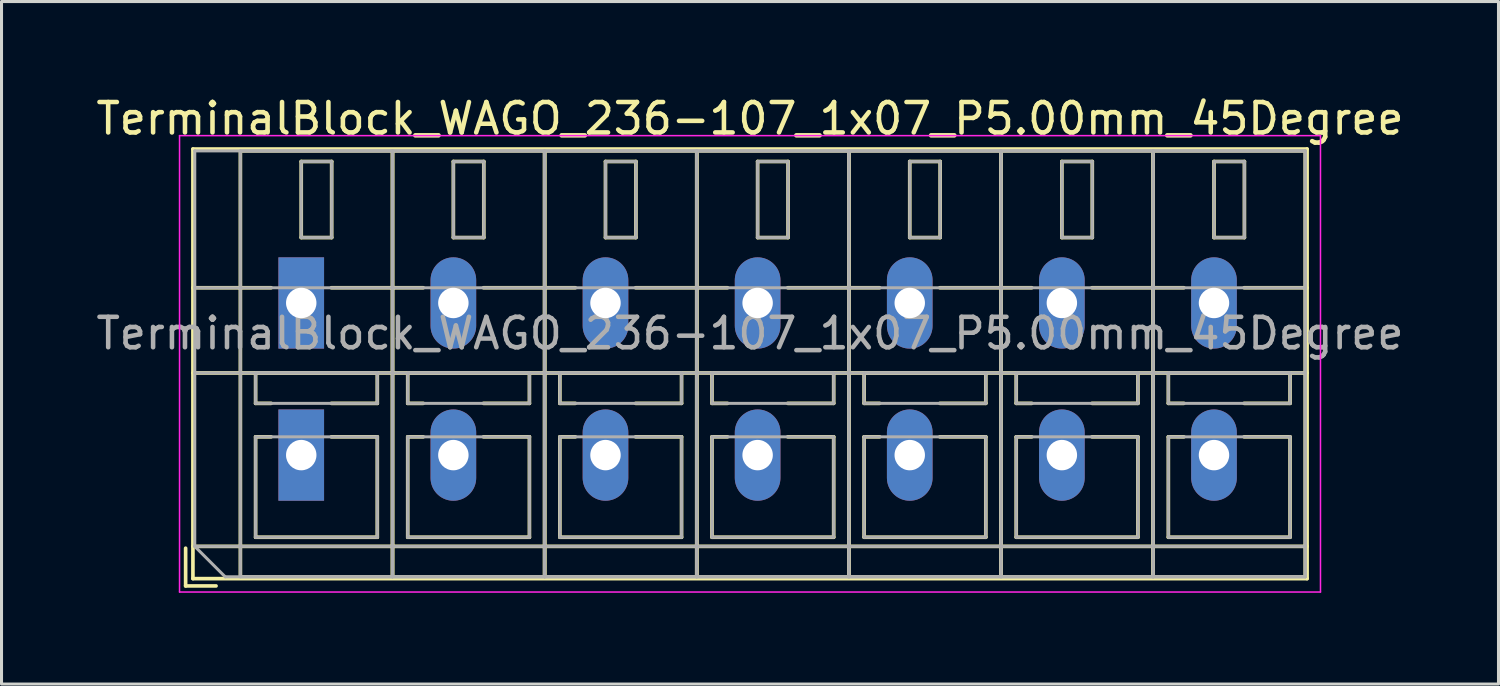
<source format=kicad_pcb>
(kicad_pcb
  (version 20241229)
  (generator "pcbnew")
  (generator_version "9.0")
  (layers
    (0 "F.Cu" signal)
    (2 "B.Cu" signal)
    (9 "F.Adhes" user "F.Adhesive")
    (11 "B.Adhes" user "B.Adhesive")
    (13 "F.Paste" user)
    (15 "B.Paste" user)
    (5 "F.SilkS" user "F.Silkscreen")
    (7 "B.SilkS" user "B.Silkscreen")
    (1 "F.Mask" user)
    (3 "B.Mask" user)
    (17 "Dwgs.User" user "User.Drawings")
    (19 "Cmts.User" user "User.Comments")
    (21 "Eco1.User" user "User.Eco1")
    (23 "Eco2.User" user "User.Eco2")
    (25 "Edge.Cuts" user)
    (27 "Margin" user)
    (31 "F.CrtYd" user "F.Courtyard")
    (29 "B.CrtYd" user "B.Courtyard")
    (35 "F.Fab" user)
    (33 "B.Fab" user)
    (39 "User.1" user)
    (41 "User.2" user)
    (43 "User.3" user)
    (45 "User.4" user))
  (footprint "TerminalBlock_WAGO_236-107_1x07_P5.00mm_45Degree"
    (layer "F.Cu")
    (at 6.851 11.908)
    (property "Reference" "TerminalBlock_WAGO_236-107_1x07_P5.00mm_45Degree" (at 14.75 -11.06 0) (layer "F.SilkS") (effects (font (size 1 1) (thickness 0.15))))
    (attr through_hole)
    (fp_line (start -3.8 3.06) (end -3.8 4.3) (stroke (width 0.12) (type solid)) (layer "F.SilkS"))
    (fp_line (start -3.8 4.3) (end -2.8 4.3) (stroke (width 0.12) (type solid)) (layer "F.SilkS"))
    (fp_line (start -3.56 -10.06) (end -3.56 4.06) (stroke (width 0.12) (type solid)) (layer "F.SilkS"))
    (fp_line (start -3.56 -10.06) (end 33.06 -10.06) (stroke (width 0.12) (type solid)) (layer "F.SilkS"))
    (fp_line (start -3.56 -5.5) (end -0.99 -5.5) (stroke (width 0.12) (type solid)) (layer "F.SilkS"))
    (fp_line (start -3.56 -2.7) (end 33.06 -2.7) (stroke (width 0.12) (type solid)) (layer "F.SilkS"))
    (fp_line (start -3.56 3) (end 33.06 3) (stroke (width 0.12) (type solid)) (layer "F.SilkS"))
    (fp_line (start -3.56 4.06) (end 33.06 4.06) (stroke (width 0.12) (type solid)) (layer "F.SilkS"))
    (fp_line (start -2 -10) (end -2 4) (stroke (width 0.12) (type solid)) (layer "F.SilkS"))
    (fp_line (start -2 -10) (end 3 -10) (stroke (width 0.12) (type solid)) (layer "F.SilkS"))
    (fp_line (start -2 4) (end 3 4) (stroke (width 0.12) (type solid)) (layer "F.SilkS"))
    (fp_line (start -1.5 -2.7) (end -1.5 -1.701) (stroke (width 0.12) (type solid)) (layer "F.SilkS"))
    (fp_line (start -1.5 -2.7) (end 2.5 -2.7) (stroke (width 0.12) (type solid)) (layer "F.SilkS"))
    (fp_line (start -1.5 -1.701) (end -0.99 -1.701) (stroke (width 0.12) (type solid)) (layer "F.SilkS"))
    (fp_line (start -1.5 -0.6) (end -1.5 2.7) (stroke (width 0.12) (type solid)) (layer "F.SilkS"))
    (fp_line (start -1.5 -0.6) (end -0.99 -0.6) (stroke (width 0.12) (type solid)) (layer "F.SilkS"))
    (fp_line (start -1.5 2.7) (end 2.5 2.7) (stroke (width 0.12) (type solid)) (layer "F.SilkS"))
    (fp_line (start 0 -9.65) (end 0 -7.15) (stroke (width 0.12) (type solid)) (layer "F.SilkS"))
    (fp_line (start 0 -9.65) (end 1 -9.65) (stroke (width 0.12) (type solid)) (layer "F.SilkS"))
    (fp_line (start 0 -7.15) (end 1 -7.15) (stroke (width 0.12) (type solid)) (layer "F.SilkS"))
    (fp_line (start 0.99 -5.5) (end 4.01 -5.5) (stroke (width 0.12) (type solid)) (layer "F.SilkS"))
    (fp_line (start 0.99 -1.701) (end 2.5 -1.701) (stroke (width 0.12) (type solid)) (layer "F.SilkS"))
    (fp_line (start 0.99 -0.6) (end 2.5 -0.6) (stroke (width 0.12) (type solid)) (layer "F.SilkS"))
    (fp_line (start 1 -9.65) (end 1 -7.15) (stroke (width 0.12) (type solid)) (layer "F.SilkS"))
    (fp_line (start 2.5 -2.7) (end 2.5 -1.701) (stroke (width 0.12) (type solid)) (layer "F.SilkS"))
    (fp_line (start 2.5 -0.6) (end 2.5 2.7) (stroke (width 0.12) (type solid)) (layer "F.SilkS"))
    (fp_line (start 3 -10) (end 3 4) (stroke (width 0.12) (type solid)) (layer "F.SilkS"))
    (fp_line (start 3 -10) (end 3 4) (stroke (width 0.12) (type solid)) (layer "F.SilkS"))
    (fp_line (start 3 -10) (end 8 -10) (stroke (width 0.12) (type solid)) (layer "F.SilkS"))
    (fp_line (start 3 4) (end 8 4) (stroke (width 0.12) (type solid)) (layer "F.SilkS"))
    (fp_line (start 3.5 -2.7) (end 3.5 -1.701) (stroke (width 0.12) (type solid)) (layer "F.SilkS"))
    (fp_line (start 3.5 -2.7) (end 7.5 -2.7) (stroke (width 0.12) (type solid)) (layer "F.SilkS"))
    (fp_line (start 3.5 -1.701) (end 4.01 -1.701) (stroke (width 0.12) (type solid)) (layer "F.SilkS"))
    (fp_line (start 3.5 -0.6) (end 3.5 2.7) (stroke (width 0.12) (type solid)) (layer "F.SilkS"))
    (fp_line (start 3.5 -0.6) (end 4.01 -0.6) (stroke (width 0.12) (type solid)) (layer "F.SilkS"))
    (fp_line (start 3.5 2.7) (end 7.5 2.7) (stroke (width 0.12) (type solid)) (layer "F.SilkS"))
    (fp_line (start 5 -9.65) (end 5 -7.15) (stroke (width 0.12) (type solid)) (layer "F.SilkS"))
    (fp_line (start 5 -9.65) (end 6 -9.65) (stroke (width 0.12) (type solid)) (layer "F.SilkS"))
    (fp_line (start 5 -7.15) (end 6 -7.15) (stroke (width 0.12) (type solid)) (layer "F.SilkS"))
    (fp_line (start 5.99 -5.5) (end 9.01 -5.5) (stroke (width 0.12) (type solid)) (layer "F.SilkS"))
    (fp_line (start 5.99 -1.701) (end 7.5 -1.701) (stroke (width 0.12) (type solid)) (layer "F.SilkS"))
    (fp_line (start 5.99 -0.6) (end 7.5 -0.6) (stroke (width 0.12) (type solid)) (layer "F.SilkS"))
    (fp_line (start 6 -9.65) (end 6 -7.15) (stroke (width 0.12) (type solid)) (layer "F.SilkS"))
    (fp_line (start 7.5 -2.7) (end 7.5 -1.701) (stroke (width 0.12) (type solid)) (layer "F.SilkS"))
    (fp_line (start 7.5 -0.6) (end 7.5 2.7) (stroke (width 0.12) (type solid)) (layer "F.SilkS"))
    (fp_line (start 8 -10) (end 8 4) (stroke (width 0.12) (type solid)) (layer "F.SilkS"))
    (fp_line (start 8 -10) (end 8 4) (stroke (width 0.12) (type solid)) (layer "F.SilkS"))
    (fp_line (start 8 -10) (end 13 -10) (stroke (width 0.12) (type solid)) (layer "F.SilkS"))
    (fp_line (start 8 4) (end 13 4) (stroke (width 0.12) (type solid)) (layer "F.SilkS"))
    (fp_line (start 8.5 -2.7) (end 8.5 -1.701) (stroke (width 0.12) (type solid)) (layer "F.SilkS"))
    (fp_line (start 8.5 -2.7) (end 12.5 -2.7) (stroke (width 0.12) (type solid)) (layer "F.SilkS"))
    (fp_line (start 8.5 -1.701) (end 9.01 -1.701) (stroke (width 0.12) (type solid)) (layer "F.SilkS"))
    (fp_line (start 8.5 -0.6) (end 8.5 2.7) (stroke (width 0.12) (type solid)) (layer "F.SilkS"))
    (fp_line (start 8.5 -0.6) (end 9.01 -0.6) (stroke (width 0.12) (type solid)) (layer "F.SilkS"))
    (fp_line (start 8.5 2.7) (end 12.5 2.7) (stroke (width 0.12) (type solid)) (layer "F.SilkS"))
    (fp_line (start 10 -9.65) (end 10 -7.15) (stroke (width 0.12) (type solid)) (layer "F.SilkS"))
    (fp_line (start 10 -9.65) (end 11 -9.65) (stroke (width 0.12) (type solid)) (layer "F.SilkS"))
    (fp_line (start 10 -7.15) (end 11 -7.15) (stroke (width 0.12) (type solid)) (layer "F.SilkS"))
    (fp_line (start 10.99 -5.5) (end 14.01 -5.5) (stroke (width 0.12) (type solid)) (layer "F.SilkS"))
    (fp_line (start 10.99 -1.701) (end 12.5 -1.701) (stroke (width 0.12) (type solid)) (layer "F.SilkS"))
    (fp_line (start 10.99 -0.6) (end 12.5 -0.6) (stroke (width 0.12) (type solid)) (layer "F.SilkS"))
    (fp_line (start 11 -9.65) (end 11 -7.15) (stroke (width 0.12) (type solid)) (layer "F.SilkS"))
    (fp_line (start 12.5 -2.7) (end 12.5 -1.701) (stroke (width 0.12) (type solid)) (layer "F.SilkS"))
    (fp_line (start 12.5 -0.6) (end 12.5 2.7) (stroke (width 0.12) (type solid)) (layer "F.SilkS"))
    (fp_line (start 13 -10) (end 13 4) (stroke (width 0.12) (type solid)) (layer "F.SilkS"))
    (fp_line (start 13 -10) (end 13 4) (stroke (width 0.12) (type solid)) (layer "F.SilkS"))
    (fp_line (start 13 -10) (end 18 -10) (stroke (width 0.12) (type solid)) (layer "F.SilkS"))
    (fp_line (start 13 4) (end 18 4) (stroke (width 0.12) (type solid)) (layer "F.SilkS"))
    (fp_line (start 13.5 -2.7) (end 13.5 -1.701) (stroke (width 0.12) (type solid)) (layer "F.SilkS"))
    (fp_line (start 13.5 -2.7) (end 17.5 -2.7) (stroke (width 0.12) (type solid)) (layer "F.SilkS"))
    (fp_line (start 13.5 -1.701) (end 14.01 -1.701) (stroke (width 0.12) (type solid)) (layer "F.SilkS"))
    (fp_line (start 13.5 -0.6) (end 13.5 2.7) (stroke (width 0.12) (type solid)) (layer "F.SilkS"))
    (fp_line (start 13.5 -0.6) (end 14.01 -0.6) (stroke (width 0.12) (type solid)) (layer "F.SilkS"))
    (fp_line (start 13.5 2.7) (end 17.5 2.7) (stroke (width 0.12) (type solid)) (layer "F.SilkS"))
    (fp_line (start 15 -9.65) (end 15 -7.15) (stroke (width 0.12) (type solid)) (layer "F.SilkS"))
    (fp_line (start 15 -9.65) (end 16 -9.65) (stroke (width 0.12) (type solid)) (layer "F.SilkS"))
    (fp_line (start 15 -7.15) (end 16 -7.15) (stroke (width 0.12) (type solid)) (layer "F.SilkS"))
    (fp_line (start 15.99 -5.5) (end 19.01 -5.5) (stroke (width 0.12) (type solid)) (layer "F.SilkS"))
    (fp_line (start 15.99 -1.701) (end 17.5 -1.701) (stroke (width 0.12) (type solid)) (layer "F.SilkS"))
    (fp_line (start 15.99 -0.6) (end 17.5 -0.6) (stroke (width 0.12) (type solid)) (layer "F.SilkS"))
    (fp_line (start 16 -9.65) (end 16 -7.15) (stroke (width 0.12) (type solid)) (layer "F.SilkS"))
    (fp_line (start 17.5 -2.7) (end 17.5 -1.701) (stroke (width 0.12) (type solid)) (layer "F.SilkS"))
    (fp_line (start 17.5 -0.6) (end 17.5 2.7) (stroke (width 0.12) (type solid)) (layer "F.SilkS"))
    (fp_line (start 18 -10) (end 18 4) (stroke (width 0.12) (type solid)) (layer "F.SilkS"))
    (fp_line (start 18 -10) (end 18 4) (stroke (width 0.12) (type solid)) (layer "F.SilkS"))
    (fp_line (start 18 -10) (end 23 -10) (stroke (width 0.12) (type solid)) (layer "F.SilkS"))
    (fp_line (start 18 4) (end 23 4) (stroke (width 0.12) (type solid)) (layer "F.SilkS"))
    (fp_line (start 18.5 -2.7) (end 18.5 -1.701) (stroke (width 0.12) (type solid)) (layer "F.SilkS"))
    (fp_line (start 18.5 -2.7) (end 22.5 -2.7) (stroke (width 0.12) (type solid)) (layer "F.SilkS"))
    (fp_line (start 18.5 -1.701) (end 19.01 -1.701) (stroke (width 0.12) (type solid)) (layer "F.SilkS"))
    (fp_line (start 18.5 -0.6) (end 18.5 2.7) (stroke (width 0.12) (type solid)) (layer "F.SilkS"))
    (fp_line (start 18.5 -0.6) (end 19.01 -0.6) (stroke (width 0.12) (type solid)) (layer "F.SilkS"))
    (fp_line (start 18.5 2.7) (end 22.5 2.7) (stroke (width 0.12) (type solid)) (layer "F.SilkS"))
    (fp_line (start 20 -9.65) (end 20 -7.15) (stroke (width 0.12) (type solid)) (layer "F.SilkS"))
    (fp_line (start 20 -9.65) (end 21 -9.65) (stroke (width 0.12) (type solid)) (layer "F.SilkS"))
    (fp_line (start 20 -7.15) (end 21 -7.15) (stroke (width 0.12) (type solid)) (layer "F.SilkS"))
    (fp_line (start 20.99 -5.5) (end 24.01 -5.5) (stroke (width 0.12) (type solid)) (layer "F.SilkS"))
    (fp_line (start 20.99 -1.701) (end 22.5 -1.701) (stroke (width 0.12) (type solid)) (layer "F.SilkS"))
    (fp_line (start 20.99 -0.6) (end 22.5 -0.6) (stroke (width 0.12) (type solid)) (layer "F.SilkS"))
    (fp_line (start 21 -9.65) (end 21 -7.15) (stroke (width 0.12) (type solid)) (layer "F.SilkS"))
    (fp_line (start 22.5 -2.7) (end 22.5 -1.701) (stroke (width 0.12) (type solid)) (layer "F.SilkS"))
    (fp_line (start 22.5 -0.6) (end 22.5 2.7) (stroke (width 0.12) (type solid)) (layer "F.SilkS"))
    (fp_line (start 23 -10) (end 23 4) (stroke (width 0.12) (type solid)) (layer "F.SilkS"))
    (fp_line (start 23 -10) (end 23 4) (stroke (width 0.12) (type solid)) (layer "F.SilkS"))
    (fp_line (start 23 -10) (end 28 -10) (stroke (width 0.12) (type solid)) (layer "F.SilkS"))
    (fp_line (start 23 4) (end 28 4) (stroke (width 0.12) (type solid)) (layer "F.SilkS"))
    (fp_line (start 23.5 -2.7) (end 23.5 -1.701) (stroke (width 0.12) (type solid)) (layer "F.SilkS"))
    (fp_line (start 23.5 -2.7) (end 27.5 -2.7) (stroke (width 0.12) (type solid)) (layer "F.SilkS"))
    (fp_line (start 23.5 -1.701) (end 24.01 -1.701) (stroke (width 0.12) (type solid)) (layer "F.SilkS"))
    (fp_line (start 23.5 -0.6) (end 23.5 2.7) (stroke (width 0.12) (type solid)) (layer "F.SilkS"))
    (fp_line (start 23.5 -0.6) (end 24.01 -0.6) (stroke (width 0.12) (type solid)) (layer "F.SilkS"))
    (fp_line (start 23.5 2.7) (end 27.5 2.7) (stroke (width 0.12) (type solid)) (layer "F.SilkS"))
    (fp_line (start 25 -9.65) (end 25 -7.15) (stroke (width 0.12) (type solid)) (layer "F.SilkS"))
    (fp_line (start 25 -9.65) (end 26 -9.65) (stroke (width 0.12) (type solid)) (layer "F.SilkS"))
    (fp_line (start 25 -7.15) (end 26 -7.15) (stroke (width 0.12) (type solid)) (layer "F.SilkS"))
    (fp_line (start 25.99 -5.5) (end 29.01 -5.5) (stroke (width 0.12) (type solid)) (layer "F.SilkS"))
    (fp_line (start 25.99 -1.701) (end 27.5 -1.701) (stroke (width 0.12) (type solid)) (layer "F.SilkS"))
    (fp_line (start 25.99 -0.6) (end 27.5 -0.6) (stroke (width 0.12) (type solid)) (layer "F.SilkS"))
    (fp_line (start 26 -9.65) (end 26 -7.15) (stroke (width 0.12) (type solid)) (layer "F.SilkS"))
    (fp_line (start 27.5 -2.7) (end 27.5 -1.701) (stroke (width 0.12) (type solid)) (layer "F.SilkS"))
    (fp_line (start 27.5 -0.6) (end 27.5 2.7) (stroke (width 0.12) (type solid)) (layer "F.SilkS"))
    (fp_line (start 28 -10) (end 28 4) (stroke (width 0.12) (type solid)) (layer "F.SilkS"))
    (fp_line (start 28 -10) (end 28 4) (stroke (width 0.12) (type solid)) (layer "F.SilkS"))
    (fp_line (start 28 -10) (end 33 -10) (stroke (width 0.12) (type solid)) (layer "F.SilkS"))
    (fp_line (start 28 4) (end 33 4) (stroke (width 0.12) (type solid)) (layer "F.SilkS"))
    (fp_line (start 28.5 -2.7) (end 28.5 -1.701) (stroke (width 0.12) (type solid)) (layer "F.SilkS"))
    (fp_line (start 28.5 -2.7) (end 32.5 -2.7) (stroke (width 0.12) (type solid)) (layer "F.SilkS"))
    (fp_line (start 28.5 -1.701) (end 29.01 -1.701) (stroke (width 0.12) (type solid)) (layer "F.SilkS"))
    (fp_line (start 28.5 -0.6) (end 28.5 2.7) (stroke (width 0.12) (type solid)) (layer "F.SilkS"))
    (fp_line (start 28.5 -0.6) (end 29.01 -0.6) (stroke (width 0.12) (type solid)) (layer "F.SilkS"))
    (fp_line (start 28.5 2.7) (end 32.5 2.7) (stroke (width 0.12) (type solid)) (layer "F.SilkS"))
    (fp_line (start 30 -9.65) (end 30 -7.15) (stroke (width 0.12) (type solid)) (layer "F.SilkS"))
    (fp_line (start 30 -9.65) (end 31 -9.65) (stroke (width 0.12) (type solid)) (layer "F.SilkS"))
    (fp_line (start 30 -7.15) (end 31 -7.15) (stroke (width 0.12) (type solid)) (layer "F.SilkS"))
    (fp_line (start 30.99 -5.5) (end 33.06 -5.5) (stroke (width 0.12) (type solid)) (layer "F.SilkS"))
    (fp_line (start 30.99 -1.701) (end 32.5 -1.701) (stroke (width 0.12) (type solid)) (layer "F.SilkS"))
    (fp_line (start 30.99 -0.6) (end 32.5 -0.6) (stroke (width 0.12) (type solid)) (layer "F.SilkS"))
    (fp_line (start 31 -9.65) (end 31 -7.15) (stroke (width 0.12) (type solid)) (layer "F.SilkS"))
    (fp_line (start 32.5 -2.7) (end 32.5 -1.701) (stroke (width 0.12) (type solid)) (layer "F.SilkS"))
    (fp_line (start 32.5 -0.6) (end 32.5 2.7) (stroke (width 0.12) (type solid)) (layer "F.SilkS"))
    (fp_line (start 33 -10) (end 33 4) (stroke (width 0.12) (type solid)) (layer "F.SilkS"))
    (fp_line (start 33.06 -10.06) (end 33.06 4.06) (stroke (width 0.12) (type solid)) (layer "F.SilkS"))
    (fp_line (start -4 -10.5) (end -4 4.5) (stroke (width 0.05) (type solid)) (layer "F.CrtYd"))
    (fp_line (start -4 4.5) (end 33.5 4.5) (stroke (width 0.05) (type solid)) (layer "F.CrtYd"))
    (fp_line (start 33.5 -10.5) (end -4 -10.5) (stroke (width 0.05) (type solid)) (layer "F.CrtYd"))
    (fp_line (start 33.5 4.5) (end 33.5 -10.5) (stroke (width 0.05) (type solid)) (layer "F.CrtYd"))
    (fp_line (start -3.5 -10) (end 33 -10) (stroke (width 0.1) (type solid)) (layer "F.Fab"))
    (fp_line (start -3.5 -5.5) (end 33 -5.5) (stroke (width 0.1) (type solid)) (layer "F.Fab"))
    (fp_line (start -3.5 -2.7) (end 33 -2.7) (stroke (width 0.1) (type solid)) (layer "F.Fab"))
    (fp_line (start -3.5 3) (end -3.5 -10) (stroke (width 0.1) (type solid)) (layer "F.Fab"))
    (fp_line (start -3.5 3) (end 33 3) (stroke (width 0.1) (type solid)) (layer "F.Fab"))
    (fp_line (start -2.5 4) (end -3.5 3) (stroke (width 0.1) (type solid)) (layer "F.Fab"))
    (fp_line (start -2 -10) (end -2 4) (stroke (width 0.1) (type solid)) (layer "F.Fab"))
    (fp_line (start -2 4) (end 3 4) (stroke (width 0.1) (type solid)) (layer "F.Fab"))
    (fp_line (start -1.5 -2.7) (end -1.5 -1.7) (stroke (width 0.1) (type solid)) (layer "F.Fab"))
    (fp_line (start -1.5 -1.7) (end 2.5 -1.7) (stroke (width 0.1) (type solid)) (layer "F.Fab"))
    (fp_line (start -1.5 -0.6) (end -1.5 2.7) (stroke (width 0.1) (type solid)) (layer "F.Fab"))
    (fp_line (start -1.5 2.7) (end 2.5 2.7) (stroke (width 0.1) (type solid)) (layer "F.Fab"))
    (fp_line (start 0 -9.65) (end 0 -7.15) (stroke (width 0.1) (type solid)) (layer "F.Fab"))
    (fp_line (start 0 -7.15) (end 1 -7.15) (stroke (width 0.1) (type solid)) (layer "F.Fab"))
    (fp_line (start 1 -9.65) (end 0 -9.65) (stroke (width 0.1) (type solid)) (layer "F.Fab"))
    (fp_line (start 1 -7.15) (end 1 -9.65) (stroke (width 0.1) (type solid)) (layer "F.Fab"))
    (fp_line (start 2.5 -2.7) (end -1.5 -2.7) (stroke (width 0.1) (type solid)) (layer "F.Fab"))
    (fp_line (start 2.5 -1.7) (end 2.5 -2.7) (stroke (width 0.1) (type solid)) (layer "F.Fab"))
    (fp_line (start 2.5 -0.6) (end -1.5 -0.6) (stroke (width 0.1) (type solid)) (layer "F.Fab"))
    (fp_line (start 2.5 2.7) (end 2.5 -0.6) (stroke (width 0.1) (type solid)) (layer "F.Fab"))
    (fp_line (start 3 -10) (end -2 -10) (stroke (width 0.1) (type solid)) (layer "F.Fab"))
    (fp_line (start 3 -10) (end 3 4) (stroke (width 0.1) (type solid)) (layer "F.Fab"))
    (fp_line (start 3 4) (end 3 -10) (stroke (width 0.1) (type solid)) (layer "F.Fab"))
    (fp_line (start 3 4) (end 8 4) (stroke (width 0.1) (type solid)) (layer "F.Fab"))
    (fp_line (start 3.5 -2.7) (end 3.5 -1.7) (stroke (width 0.1) (type solid)) (layer "F.Fab"))
    (fp_line (start 3.5 -1.7) (end 7.5 -1.7) (stroke (width 0.1) (type solid)) (layer "F.Fab"))
    (fp_line (start 3.5 -0.6) (end 3.5 2.7) (stroke (width 0.1) (type solid)) (layer "F.Fab"))
    (fp_line (start 3.5 2.7) (end 7.5 2.7) (stroke (width 0.1) (type solid)) (layer "F.Fab"))
    (fp_line (start 5 -9.65) (end 5 -7.15) (stroke (width 0.1) (type solid)) (layer "F.Fab"))
    (fp_line (start 5 -7.15) (end 6 -7.15) (stroke (width 0.1) (type solid)) (layer "F.Fab"))
    (fp_line (start 6 -9.65) (end 5 -9.65) (stroke (width 0.1) (type solid)) (layer "F.Fab"))
    (fp_line (start 6 -7.15) (end 6 -9.65) (stroke (width 0.1) (type solid)) (layer "F.Fab"))
    (fp_line (start 7.5 -2.7) (end 3.5 -2.7) (stroke (width 0.1) (type solid)) (layer "F.Fab"))
    (fp_line (start 7.5 -1.7) (end 7.5 -2.7) (stroke (width 0.1) (type solid)) (layer "F.Fab"))
    (fp_line (start 7.5 -0.6) (end 3.5 -0.6) (stroke (width 0.1) (type solid)) (layer "F.Fab"))
    (fp_line (start 7.5 2.7) (end 7.5 -0.6) (stroke (width 0.1) (type solid)) (layer "F.Fab"))
    (fp_line (start 8 -10) (end 3 -10) (stroke (width 0.1) (type solid)) (layer "F.Fab"))
    (fp_line (start 8 -10) (end 8 4) (stroke (width 0.1) (type solid)) (layer "F.Fab"))
    (fp_line (start 8 4) (end 8 -10) (stroke (width 0.1) (type solid)) (layer "F.Fab"))
    (fp_line (start 8 4) (end 13 4) (stroke (width 0.1) (type solid)) (layer "F.Fab"))
    (fp_line (start 8.5 -2.7) (end 8.5 -1.7) (stroke (width 0.1) (type solid)) (layer "F.Fab"))
    (fp_line (start 8.5 -1.7) (end 12.5 -1.7) (stroke (width 0.1) (type solid)) (layer "F.Fab"))
    (fp_line (start 8.5 -0.6) (end 8.5 2.7) (stroke (width 0.1) (type solid)) (layer "F.Fab"))
    (fp_line (start 8.5 2.7) (end 12.5 2.7) (stroke (width 0.1) (type solid)) (layer "F.Fab"))
    (fp_line (start 10 -9.65) (end 10 -7.15) (stroke (width 0.1) (type solid)) (layer "F.Fab"))
    (fp_line (start 10 -7.15) (end 11 -7.15) (stroke (width 0.1) (type solid)) (layer "F.Fab"))
    (fp_line (start 11 -9.65) (end 10 -9.65) (stroke (width 0.1) (type solid)) (layer "F.Fab"))
    (fp_line (start 11 -7.15) (end 11 -9.65) (stroke (width 0.1) (type solid)) (layer "F.Fab"))
    (fp_line (start 12.5 -2.7) (end 8.5 -2.7) (stroke (width 0.1) (type solid)) (layer "F.Fab"))
    (fp_line (start 12.5 -1.7) (end 12.5 -2.7) (stroke (width 0.1) (type solid)) (layer "F.Fab"))
    (fp_line (start 12.5 -0.6) (end 8.5 -0.6) (stroke (width 0.1) (type solid)) (layer "F.Fab"))
    (fp_line (start 12.5 2.7) (end 12.5 -0.6) (stroke (width 0.1) (type solid)) (layer "F.Fab"))
    (fp_line (start 13 -10) (end 8 -10) (stroke (width 0.1) (type solid)) (layer "F.Fab"))
    (fp_line (start 13 -10) (end 13 4) (stroke (width 0.1) (type solid)) (layer "F.Fab"))
    (fp_line (start 13 4) (end 13 -10) (stroke (width 0.1) (type solid)) (layer "F.Fab"))
    (fp_line (start 13 4) (end 18 4) (stroke (width 0.1) (type solid)) (layer "F.Fab"))
    (fp_line (start 13.5 -2.7) (end 13.5 -1.7) (stroke (width 0.1) (type solid)) (layer "F.Fab"))
    (fp_line (start 13.5 -1.7) (end 17.5 -1.7) (stroke (width 0.1) (type solid)) (layer "F.Fab"))
    (fp_line (start 13.5 -0.6) (end 13.5 2.7) (stroke (width 0.1) (type solid)) (layer "F.Fab"))
    (fp_line (start 13.5 2.7) (end 17.5 2.7) (stroke (width 0.1) (type solid)) (layer "F.Fab"))
    (fp_line (start 15 -9.65) (end 15 -7.15) (stroke (width 0.1) (type solid)) (layer "F.Fab"))
    (fp_line (start 15 -7.15) (end 16 -7.15) (stroke (width 0.1) (type solid)) (layer "F.Fab"))
    (fp_line (start 16 -9.65) (end 15 -9.65) (stroke (width 0.1) (type solid)) (layer "F.Fab"))
    (fp_line (start 16 -7.15) (end 16 -9.65) (stroke (width 0.1) (type solid)) (layer "F.Fab"))
    (fp_line (start 17.5 -2.7) (end 13.5 -2.7) (stroke (width 0.1) (type solid)) (layer "F.Fab"))
    (fp_line (start 17.5 -1.7) (end 17.5 -2.7) (stroke (width 0.1) (type solid)) (layer "F.Fab"))
    (fp_line (start 17.5 -0.6) (end 13.5 -0.6) (stroke (width 0.1) (type solid)) (layer "F.Fab"))
    (fp_line (start 17.5 2.7) (end 17.5 -0.6) (stroke (width 0.1) (type solid)) (layer "F.Fab"))
    (fp_line (start 18 -10) (end 13 -10) (stroke (width 0.1) (type solid)) (layer "F.Fab"))
    (fp_line (start 18 -10) (end 18 4) (stroke (width 0.1) (type solid)) (layer "F.Fab"))
    (fp_line (start 18 4) (end 18 -10) (stroke (width 0.1) (type solid)) (layer "F.Fab"))
    (fp_line (start 18 4) (end 23 4) (stroke (width 0.1) (type solid)) (layer "F.Fab"))
    (fp_line (start 18.5 -2.7) (end 18.5 -1.7) (stroke (width 0.1) (type solid)) (layer "F.Fab"))
    (fp_line (start 18.5 -1.7) (end 22.5 -1.7) (stroke (width 0.1) (type solid)) (layer "F.Fab"))
    (fp_line (start 18.5 -0.6) (end 18.5 2.7) (stroke (width 0.1) (type solid)) (layer "F.Fab"))
    (fp_line (start 18.5 2.7) (end 22.5 2.7) (stroke (width 0.1) (type solid)) (layer "F.Fab"))
    (fp_line (start 20 -9.65) (end 20 -7.15) (stroke (width 0.1) (type solid)) (layer "F.Fab"))
    (fp_line (start 20 -7.15) (end 21 -7.15) (stroke (width 0.1) (type solid)) (layer "F.Fab"))
    (fp_line (start 21 -9.65) (end 20 -9.65) (stroke (width 0.1) (type solid)) (layer "F.Fab"))
    (fp_line (start 21 -7.15) (end 21 -9.65) (stroke (width 0.1) (type solid)) (layer "F.Fab"))
    (fp_line (start 22.5 -2.7) (end 18.5 -2.7) (stroke (width 0.1) (type solid)) (layer "F.Fab"))
    (fp_line (start 22.5 -1.7) (end 22.5 -2.7) (stroke (width 0.1) (type solid)) (layer "F.Fab"))
    (fp_line (start 22.5 -0.6) (end 18.5 -0.6) (stroke (width 0.1) (type solid)) (layer "F.Fab"))
    (fp_line (start 22.5 2.7) (end 22.5 -0.6) (stroke (width 0.1) (type solid)) (layer "F.Fab"))
    (fp_line (start 23 -10) (end 18 -10) (stroke (width 0.1) (type solid)) (layer "F.Fab"))
    (fp_line (start 23 -10) (end 23 4) (stroke (width 0.1) (type solid)) (layer "F.Fab"))
    (fp_line (start 23 4) (end 23 -10) (stroke (width 0.1) (type solid)) (layer "F.Fab"))
    (fp_line (start 23 4) (end 28 4) (stroke (width 0.1) (type solid)) (layer "F.Fab"))
    (fp_line (start 23.5 -2.7) (end 23.5 -1.7) (stroke (width 0.1) (type solid)) (layer "F.Fab"))
    (fp_line (start 23.5 -1.7) (end 27.5 -1.7) (stroke (width 0.1) (type solid)) (layer "F.Fab"))
    (fp_line (start 23.5 -0.6) (end 23.5 2.7) (stroke (width 0.1) (type solid)) (layer "F.Fab"))
    (fp_line (start 23.5 2.7) (end 27.5 2.7) (stroke (width 0.1) (type solid)) (layer "F.Fab"))
    (fp_line (start 25 -9.65) (end 25 -7.15) (stroke (width 0.1) (type solid)) (layer "F.Fab"))
    (fp_line (start 25 -7.15) (end 26 -7.15) (stroke (width 0.1) (type solid)) (layer "F.Fab"))
    (fp_line (start 26 -9.65) (end 25 -9.65) (stroke (width 0.1) (type solid)) (layer "F.Fab"))
    (fp_line (start 26 -7.15) (end 26 -9.65) (stroke (width 0.1) (type solid)) (layer "F.Fab"))
    (fp_line (start 27.5 -2.7) (end 23.5 -2.7) (stroke (width 0.1) (type solid)) (layer "F.Fab"))
    (fp_line (start 27.5 -1.7) (end 27.5 -2.7) (stroke (width 0.1) (type solid)) (layer "F.Fab"))
    (fp_line (start 27.5 -0.6) (end 23.5 -0.6) (stroke (width 0.1) (type solid)) (layer "F.Fab"))
    (fp_line (start 27.5 2.7) (end 27.5 -0.6) (stroke (width 0.1) (type solid)) (layer "F.Fab"))
    (fp_line (start 28 -10) (end 23 -10) (stroke (width 0.1) (type solid)) (layer "F.Fab"))
    (fp_line (start 28 -10) (end 28 4) (stroke (width 0.1) (type solid)) (layer "F.Fab"))
    (fp_line (start 28 4) (end 28 -10) (stroke (width 0.1) (type solid)) (layer "F.Fab"))
    (fp_line (start 28 4) (end 33 4) (stroke (width 0.1) (type solid)) (layer "F.Fab"))
    (fp_line (start 28.5 -2.7) (end 28.5 -1.7) (stroke (width 0.1) (type solid)) (layer "F.Fab"))
    (fp_line (start 28.5 -1.7) (end 32.5 -1.7) (stroke (width 0.1) (type solid)) (layer "F.Fab"))
    (fp_line (start 28.5 -0.6) (end 28.5 2.7) (stroke (width 0.1) (type solid)) (layer "F.Fab"))
    (fp_line (start 28.5 2.7) (end 32.5 2.7) (stroke (width 0.1) (type solid)) (layer "F.Fab"))
    (fp_line (start 30 -9.65) (end 30 -7.15) (stroke (width 0.1) (type solid)) (layer "F.Fab"))
    (fp_line (start 30 -7.15) (end 31 -7.15) (stroke (width 0.1) (type solid)) (layer "F.Fab"))
    (fp_line (start 31 -9.65) (end 30 -9.65) (stroke (width 0.1) (type solid)) (layer "F.Fab"))
    (fp_line (start 31 -7.15) (end 31 -9.65) (stroke (width 0.1) (type solid)) (layer "F.Fab"))
    (fp_line (start 32.5 -2.7) (end 28.5 -2.7) (stroke (width 0.1) (type solid)) (layer "F.Fab"))
    (fp_line (start 32.5 -1.7) (end 32.5 -2.7) (stroke (width 0.1) (type solid)) (layer "F.Fab"))
    (fp_line (start 32.5 -0.6) (end 28.5 -0.6) (stroke (width 0.1) (type solid)) (layer "F.Fab"))
    (fp_line (start 32.5 2.7) (end 32.5 -0.6) (stroke (width 0.1) (type solid)) (layer "F.Fab"))
    (fp_line (start 33 -10) (end 28 -10) (stroke (width 0.1) (type solid)) (layer "F.Fab"))
    (fp_line (start 33 -10) (end 33 4) (stroke (width 0.1) (type solid)) (layer "F.Fab"))
    (fp_line (start 33 4) (end -2.5 4) (stroke (width 0.1) (type solid)) (layer "F.Fab"))
    (fp_line (start 33 4) (end 33 -10) (stroke (width 0.1) (type solid)) (layer "F.Fab"))
    (fp_text user "${REFERENCE}" (at 14.75 -4 0) (layer "F.Fab") (effects (font (size 1 1) (thickness 0.15))))
    (pad "1" thru_hole rect (at 0 -5) (size 1.5 3) (drill 1) (layers "*.Cu" "*.Mask"))
    (pad "1" thru_hole rect (at 0 0) (size 1.5 3) (drill 1) (layers "*.Cu" "*.Mask"))
    (pad "2" thru_hole oval (at 5 -5) (size 1.5 3) (drill 1) (layers "*.Cu" "*.Mask"))
    (pad "2" thru_hole oval (at 5 0) (size 1.5 3) (drill 1) (layers "*.Cu" "*.Mask"))
    (pad "3" thru_hole oval (at 10 -5) (size 1.5 3) (drill 1) (layers "*.Cu" "*.Mask"))
    (pad "3" thru_hole oval (at 10 0) (size 1.5 3) (drill 1) (layers "*.Cu" "*.Mask"))
    (pad "4" thru_hole oval (at 15 -5) (size 1.5 3) (drill 1) (layers "*.Cu" "*.Mask"))
    (pad "4" thru_hole oval (at 15 0) (size 1.5 3) (drill 1) (layers "*.Cu" "*.Mask"))
    (pad "5" thru_hole oval (at 20 -5) (size 1.5 3) (drill 1) (layers "*.Cu" "*.Mask"))
    (pad "5" thru_hole oval (at 20 0) (size 1.5 3) (drill 1) (layers "*.Cu" "*.Mask"))
    (pad "6" thru_hole oval (at 25 -5) (size 1.5 3) (drill 1) (layers "*.Cu" "*.Mask"))
    (pad "6" thru_hole oval (at 25 0) (size 1.5 3) (drill 1) (layers "*.Cu" "*.Mask"))
    (pad "7" thru_hole oval (at 30 -5) (size 1.5 3) (drill 1) (layers "*.Cu" "*.Mask"))
    (pad "7" thru_hole oval (at 30 0) (size 1.5 3) (drill 1) (layers "*.Cu" "*.Mask")))
  (gr_rect
    (start -3 -3)
    (end 46.202 19.433)
    (stroke (width 0.1) (type default))
    (fill no)
    (layer "Edge.Cuts")))
</source>
